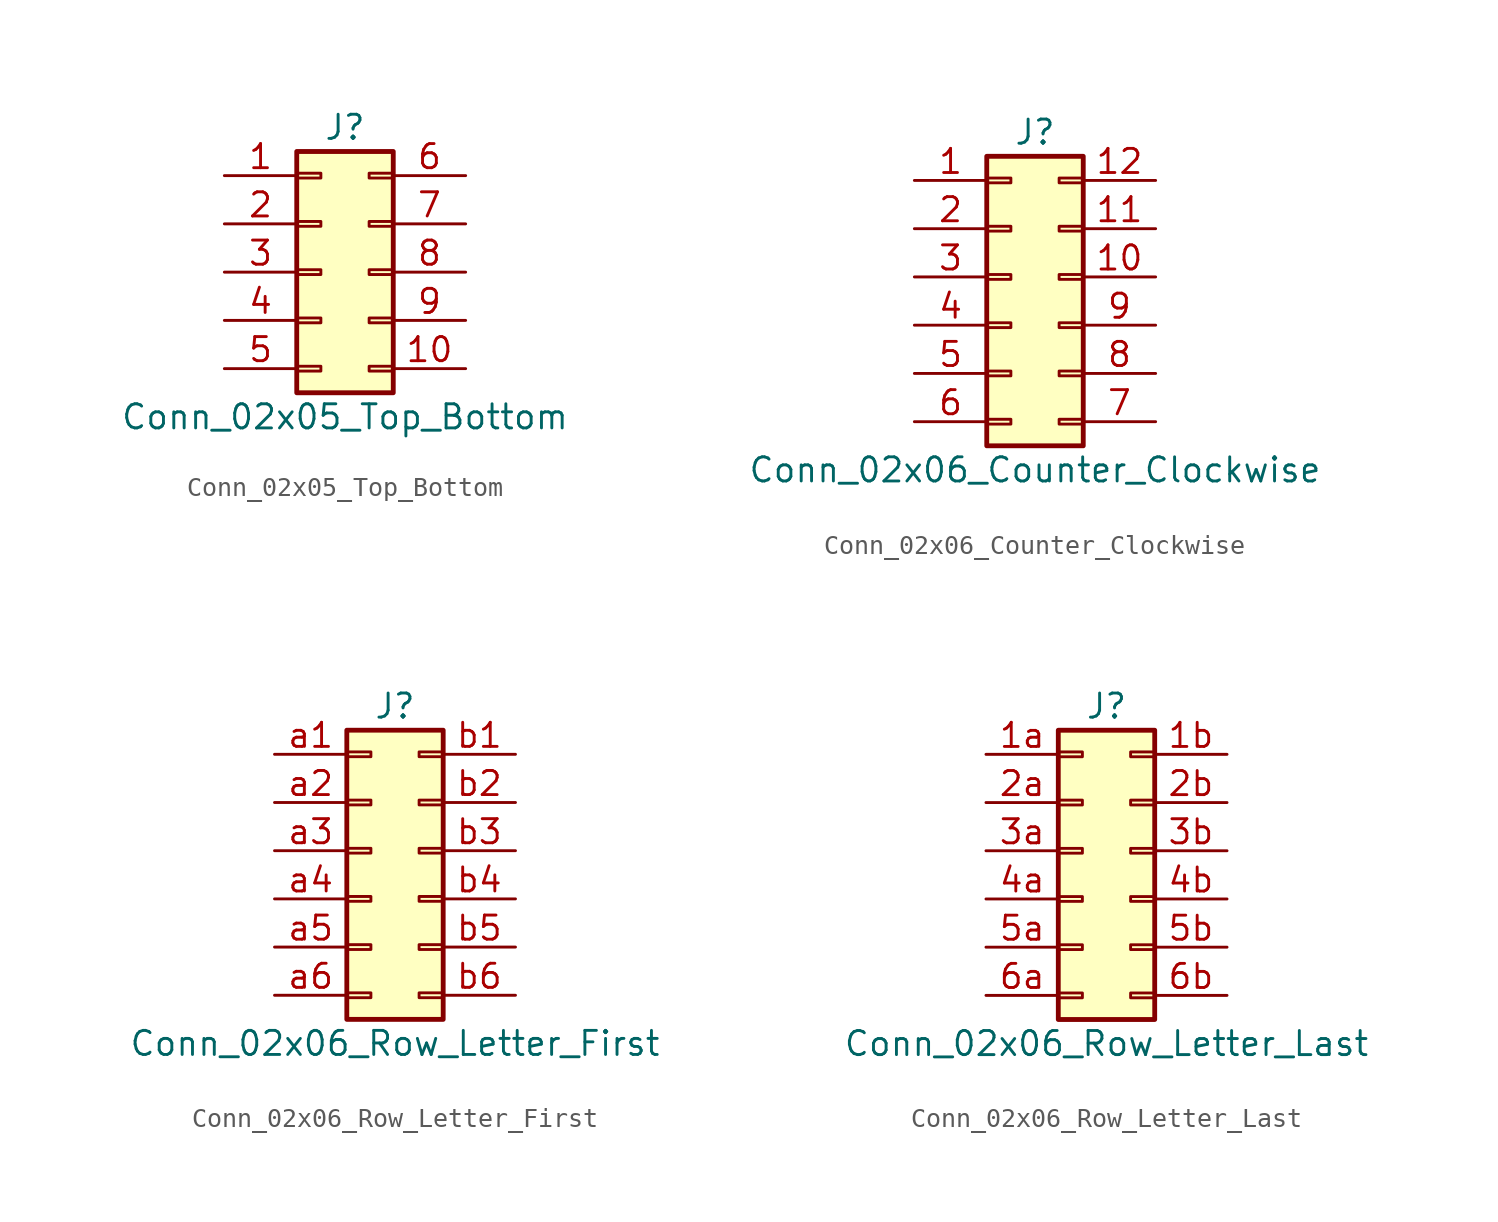
<source format=kicad_sym>
(kicad_symbol_lib
  (version 20220914)
  (generator kicad_symbol_editor)
  (symbol "Conn_02x05_Top_Bottom"
    (pin_names
      (offset 1.016) hide)
    (property "Reference" "J"
      (at 1.27 7.62 0)
      (effects (font (size 1.27 1.27))))
    (property "Value" "Conn_02x05_Top_Bottom"
      (at 1.27 -7.62 0)
      (effects (font (size 1.27 1.27))))
    (symbol "Conn_02x05_Top_Bottom_1_1"
      (rectangle (start -1.27 -4.953) (end 0 -5.207) (stroke (width 0.152) (type solid)) (fill (type none)))
      (rectangle (start -1.27 -2.413) (end 0 -2.667) (stroke (width 0.152) (type solid)) (fill (type none)))
      (rectangle (start -1.27 0.127) (end 0 -0.127) (stroke (width 0.152) (type solid)) (fill (type none)))
      (rectangle (start -1.27 2.667) (end 0 2.413) (stroke (width 0.152) (type solid)) (fill (type none)))
      (rectangle (start -1.27 5.207) (end 0 4.953) (stroke (width 0.152) (type solid)) (fill (type none)))
      (rectangle (start -1.27 6.35) (end 3.81 -6.35) (stroke (width 0.254) (type solid)) (fill (type background)))
      (rectangle (start 3.81 -4.953) (end 2.54 -5.207) (stroke (width 0.152) (type solid)) (fill (type none)))
      (rectangle (start 3.81 -2.413) (end 2.54 -2.667) (stroke (width 0.152) (type solid)) (fill (type none)))
      (rectangle (start 3.81 0.127) (end 2.54 -0.127) (stroke (width 0.152) (type solid)) (fill (type none)))
      (rectangle (start 3.81 2.667) (end 2.54 2.413) (stroke (width 0.152) (type solid)) (fill (type none)))
      (rectangle (start 3.81 5.207) (end 2.54 4.953) (stroke (width 0.152) (type solid)) (fill (type none)))
      (pin passive line (at -5.08 5.08 0) (length 3.81) (name "Pin_1" (effects (font (size 1.27 1.27)))) (number "1" (effects (font (size 1.27 1.27)))))
      (pin passive line (at 7.62 -5.08 180) (length 3.81) (name "Pin_10" (effects (font (size 1.27 1.27)))) (number "10" (effects (font (size 1.27 1.27)))))
      (pin passive line (at -5.08 2.54 0) (length 3.81) (name "Pin_2" (effects (font (size 1.27 1.27)))) (number "2" (effects (font (size 1.27 1.27)))))
      (pin passive line (at -5.08 0 0) (length 3.81) (name "Pin_3" (effects (font (size 1.27 1.27)))) (number "3" (effects (font (size 1.27 1.27)))))
      (pin passive line (at -5.08 -2.54 0) (length 3.81) (name "Pin_4" (effects (font (size 1.27 1.27)))) (number "4" (effects (font (size 1.27 1.27)))))
      (pin passive line (at -5.08 -5.08 0) (length 3.81) (name "Pin_5" (effects (font (size 1.27 1.27)))) (number "5" (effects (font (size 1.27 1.27)))))
      (pin passive line (at 7.62 5.08 180) (length 3.81) (name "Pin_6" (effects (font (size 1.27 1.27)))) (number "6" (effects (font (size 1.27 1.27)))))
      (pin passive line (at 7.62 2.54 180) (length 3.81) (name "Pin_7" (effects (font (size 1.27 1.27)))) (number "7" (effects (font (size 1.27 1.27)))))
      (pin passive line (at 7.62 0 180) (length 3.81) (name "Pin_8" (effects (font (size 1.27 1.27)))) (number "8" (effects (font (size 1.27 1.27)))))
      (pin passive line (at 7.62 -2.54 180) (length 3.81) (name "Pin_9" (effects (font (size 1.27 1.27)))) (number "9" (effects (font (size 1.27 1.27)))))))
  (symbol "Conn_02x06_Counter_Clockwise"
    (pin_names
      (offset 1.016) hide)
    (property "Reference" "J"
      (at 1.27 7.62 0)
      (effects (font (size 1.27 1.27))))
    (property "Value" "Conn_02x06_Counter_Clockwise"
      (at 1.27 -10.16 0)
      (effects (font (size 1.27 1.27))))
    (symbol "Conn_02x06_Counter_Clockwise_1_1"
      (rectangle (start -1.27 -7.493) (end 0 -7.747) (stroke (width 0.152) (type solid)) (fill (type none)))
      (rectangle (start -1.27 -4.953) (end 0 -5.207) (stroke (width 0.152) (type solid)) (fill (type none)))
      (rectangle (start -1.27 -2.413) (end 0 -2.667) (stroke (width 0.152) (type solid)) (fill (type none)))
      (rectangle (start -1.27 0.127) (end 0 -0.127) (stroke (width 0.152) (type solid)) (fill (type none)))
      (rectangle (start -1.27 2.667) (end 0 2.413) (stroke (width 0.152) (type solid)) (fill (type none)))
      (rectangle (start -1.27 5.207) (end 0 4.953) (stroke (width 0.152) (type solid)) (fill (type none)))
      (rectangle (start -1.27 6.35) (end 3.81 -8.89) (stroke (width 0.254) (type solid)) (fill (type background)))
      (rectangle (start 3.81 -7.493) (end 2.54 -7.747) (stroke (width 0.152) (type solid)) (fill (type none)))
      (rectangle (start 3.81 -4.953) (end 2.54 -5.207) (stroke (width 0.152) (type solid)) (fill (type none)))
      (rectangle (start 3.81 -2.413) (end 2.54 -2.667) (stroke (width 0.152) (type solid)) (fill (type none)))
      (rectangle (start 3.81 0.127) (end 2.54 -0.127) (stroke (width 0.152) (type solid)) (fill (type none)))
      (rectangle (start 3.81 2.667) (end 2.54 2.413) (stroke (width 0.152) (type solid)) (fill (type none)))
      (rectangle (start 3.81 5.207) (end 2.54 4.953) (stroke (width 0.152) (type solid)) (fill (type none)))
      (pin passive line (at -5.08 5.08 0) (length 3.81) (name "Pin_1" (effects (font (size 1.27 1.27)))) (number "1" (effects (font (size 1.27 1.27)))))
      (pin passive line (at 7.62 0 180) (length 3.81) (name "Pin_10" (effects (font (size 1.27 1.27)))) (number "10" (effects (font (size 1.27 1.27)))))
      (pin passive line (at 7.62 2.54 180) (length 3.81) (name "Pin_11" (effects (font (size 1.27 1.27)))) (number "11" (effects (font (size 1.27 1.27)))))
      (pin passive line (at 7.62 5.08 180) (length 3.81) (name "Pin_12" (effects (font (size 1.27 1.27)))) (number "12" (effects (font (size 1.27 1.27)))))
      (pin passive line (at -5.08 2.54 0) (length 3.81) (name "Pin_2" (effects (font (size 1.27 1.27)))) (number "2" (effects (font (size 1.27 1.27)))))
      (pin passive line (at -5.08 0 0) (length 3.81) (name "Pin_3" (effects (font (size 1.27 1.27)))) (number "3" (effects (font (size 1.27 1.27)))))
      (pin passive line (at -5.08 -2.54 0) (length 3.81) (name "Pin_4" (effects (font (size 1.27 1.27)))) (number "4" (effects (font (size 1.27 1.27)))))
      (pin passive line (at -5.08 -5.08 0) (length 3.81) (name "Pin_5" (effects (font (size 1.27 1.27)))) (number "5" (effects (font (size 1.27 1.27)))))
      (pin passive line (at -5.08 -7.62 0) (length 3.81) (name "Pin_6" (effects (font (size 1.27 1.27)))) (number "6" (effects (font (size 1.27 1.27)))))
      (pin passive line (at 7.62 -7.62 180) (length 3.81) (name "Pin_7" (effects (font (size 1.27 1.27)))) (number "7" (effects (font (size 1.27 1.27)))))
      (pin passive line (at 7.62 -5.08 180) (length 3.81) (name "Pin_8" (effects (font (size 1.27 1.27)))) (number "8" (effects (font (size 1.27 1.27)))))
      (pin passive line (at 7.62 -2.54 180) (length 3.81) (name "Pin_9" (effects (font (size 1.27 1.27)))) (number "9" (effects (font (size 1.27 1.27)))))))
  (symbol "Conn_02x06_Row_Letter_First"
    (pin_names
      (offset 1.016) hide)
    (property "Reference" "J"
      (at 1.27 7.62 0)
      (effects (font (size 1.27 1.27))))
    (property "Value" "Conn_02x06_Row_Letter_First"
      (at 1.27 -10.16 0)
      (effects (font (size 1.27 1.27))))
    (symbol "Conn_02x06_Row_Letter_First_1_1"
      (rectangle (start -1.27 -7.493) (end 0 -7.747) (stroke (width 0.152) (type solid)) (fill (type none)))
      (rectangle (start -1.27 -4.953) (end 0 -5.207) (stroke (width 0.152) (type solid)) (fill (type none)))
      (rectangle (start -1.27 -2.413) (end 0 -2.667) (stroke (width 0.152) (type solid)) (fill (type none)))
      (rectangle (start -1.27 0.127) (end 0 -0.127) (stroke (width 0.152) (type solid)) (fill (type none)))
      (rectangle (start -1.27 2.667) (end 0 2.413) (stroke (width 0.152) (type solid)) (fill (type none)))
      (rectangle (start -1.27 5.207) (end 0 4.953) (stroke (width 0.152) (type solid)) (fill (type none)))
      (rectangle (start -1.27 6.35) (end 3.81 -8.89) (stroke (width 0.254) (type solid)) (fill (type background)))
      (rectangle (start 3.81 -7.493) (end 2.54 -7.747) (stroke (width 0.152) (type solid)) (fill (type none)))
      (rectangle (start 3.81 -4.953) (end 2.54 -5.207) (stroke (width 0.152) (type solid)) (fill (type none)))
      (rectangle (start 3.81 -2.413) (end 2.54 -2.667) (stroke (width 0.152) (type solid)) (fill (type none)))
      (rectangle (start 3.81 0.127) (end 2.54 -0.127) (stroke (width 0.152) (type solid)) (fill (type none)))
      (rectangle (start 3.81 2.667) (end 2.54 2.413) (stroke (width 0.152) (type solid)) (fill (type none)))
      (rectangle (start 3.81 5.207) (end 2.54 4.953) (stroke (width 0.152) (type solid)) (fill (type none)))
      (pin passive line (at -5.08 5.08 0) (length 3.81) (name "Pin_a1" (effects (font (size 1.27 1.27)))) (number "a1" (effects (font (size 1.27 1.27)))))
      (pin passive line (at -5.08 2.54 0) (length 3.81) (name "Pin_a2" (effects (font (size 1.27 1.27)))) (number "a2" (effects (font (size 1.27 1.27)))))
      (pin passive line (at -5.08 0 0) (length 3.81) (name "Pin_a3" (effects (font (size 1.27 1.27)))) (number "a3" (effects (font (size 1.27 1.27)))))
      (pin passive line (at -5.08 -2.54 0) (length 3.81) (name "Pin_a4" (effects (font (size 1.27 1.27)))) (number "a4" (effects (font (size 1.27 1.27)))))
      (pin passive line (at -5.08 -5.08 0) (length 3.81) (name "Pin_a5" (effects (font (size 1.27 1.27)))) (number "a5" (effects (font (size 1.27 1.27)))))
      (pin passive line (at -5.08 -7.62 0) (length 3.81) (name "Pin_a6" (effects (font (size 1.27 1.27)))) (number "a6" (effects (font (size 1.27 1.27)))))
      (pin passive line (at 7.62 5.08 180) (length 3.81) (name "Pin_b1" (effects (font (size 1.27 1.27)))) (number "b1" (effects (font (size 1.27 1.27)))))
      (pin passive line (at 7.62 2.54 180) (length 3.81) (name "Pin_b2" (effects (font (size 1.27 1.27)))) (number "b2" (effects (font (size 1.27 1.27)))))
      (pin passive line (at 7.62 0 180) (length 3.81) (name "Pin_b3" (effects (font (size 1.27 1.27)))) (number "b3" (effects (font (size 1.27 1.27)))))
      (pin passive line (at 7.62 -2.54 180) (length 3.81) (name "Pin_b4" (effects (font (size 1.27 1.27)))) (number "b4" (effects (font (size 1.27 1.27)))))
      (pin passive line (at 7.62 -5.08 180) (length 3.81) (name "Pin_b5" (effects (font (size 1.27 1.27)))) (number "b5" (effects (font (size 1.27 1.27)))))
      (pin passive line (at 7.62 -7.62 180) (length 3.81) (name "Pin_b6" (effects (font (size 1.27 1.27)))) (number "b6" (effects (font (size 1.27 1.27)))))))
  (symbol "Conn_02x06_Row_Letter_Last"
    (pin_names
      (offset 1.016) hide)
    (property "Reference" "J"
      (at 1.27 7.62 0)
      (effects (font (size 1.27 1.27))))
    (property "Value" "Conn_02x06_Row_Letter_Last"
      (at 1.27 -10.16 0)
      (effects (font (size 1.27 1.27))))
    (symbol "Conn_02x06_Row_Letter_Last_1_1"
      (rectangle (start -1.27 -7.493) (end 0 -7.747) (stroke (width 0.152) (type solid)) (fill (type none)))
      (rectangle (start -1.27 -4.953) (end 0 -5.207) (stroke (width 0.152) (type solid)) (fill (type none)))
      (rectangle (start -1.27 -2.413) (end 0 -2.667) (stroke (width 0.152) (type solid)) (fill (type none)))
      (rectangle (start -1.27 0.127) (end 0 -0.127) (stroke (width 0.152) (type solid)) (fill (type none)))
      (rectangle (start -1.27 2.667) (end 0 2.413) (stroke (width 0.152) (type solid)) (fill (type none)))
      (rectangle (start -1.27 5.207) (end 0 4.953) (stroke (width 0.152) (type solid)) (fill (type none)))
      (rectangle (start -1.27 6.35) (end 3.81 -8.89) (stroke (width 0.254) (type solid)) (fill (type background)))
      (rectangle (start 3.81 -7.493) (end 2.54 -7.747) (stroke (width 0.152) (type solid)) (fill (type none)))
      (rectangle (start 3.81 -4.953) (end 2.54 -5.207) (stroke (width 0.152) (type solid)) (fill (type none)))
      (rectangle (start 3.81 -2.413) (end 2.54 -2.667) (stroke (width 0.152) (type solid)) (fill (type none)))
      (rectangle (start 3.81 0.127) (end 2.54 -0.127) (stroke (width 0.152) (type solid)) (fill (type none)))
      (rectangle (start 3.81 2.667) (end 2.54 2.413) (stroke (width 0.152) (type solid)) (fill (type none)))
      (rectangle (start 3.81 5.207) (end 2.54 4.953) (stroke (width 0.152) (type solid)) (fill (type none)))
      (pin passive line (at -5.08 5.08 0) (length 3.81) (name "Pin_1a" (effects (font (size 1.27 1.27)))) (number "1a" (effects (font (size 1.27 1.27)))))
      (pin passive line (at 7.62 5.08 180) (length 3.81) (name "Pin_1b" (effects (font (size 1.27 1.27)))) (number "1b" (effects (font (size 1.27 1.27)))))
      (pin passive line (at -5.08 2.54 0) (length 3.81) (name "Pin_2a" (effects (font (size 1.27 1.27)))) (number "2a" (effects (font (size 1.27 1.27)))))
      (pin passive line (at 7.62 2.54 180) (length 3.81) (name "Pin_2b" (effects (font (size 1.27 1.27)))) (number "2b" (effects (font (size 1.27 1.27)))))
      (pin passive line (at -5.08 0 0) (length 3.81) (name "Pin_3a" (effects (font (size 1.27 1.27)))) (number "3a" (effects (font (size 1.27 1.27)))))
      (pin passive line (at 7.62 0 180) (length 3.81) (name "Pin_3b" (effects (font (size 1.27 1.27)))) (number "3b" (effects (font (size 1.27 1.27)))))
      (pin passive line (at -5.08 -2.54 0) (length 3.81) (name "Pin_4a" (effects (font (size 1.27 1.27)))) (number "4a" (effects (font (size 1.27 1.27)))))
      (pin passive line (at 7.62 -2.54 180) (length 3.81) (name "Pin_4b" (effects (font (size 1.27 1.27)))) (number "4b" (effects (font (size 1.27 1.27)))))
      (pin passive line (at -5.08 -5.08 0) (length 3.81) (name "Pin_5a" (effects (font (size 1.27 1.27)))) (number "5a" (effects (font (size 1.27 1.27)))))
      (pin passive line (at 7.62 -5.08 180) (length 3.81) (name "Pin_5b" (effects (font (size 1.27 1.27)))) (number "5b" (effects (font (size 1.27 1.27)))))
      (pin passive line (at -5.08 -7.62 0) (length 3.81) (name "Pin_6a" (effects (font (size 1.27 1.27)))) (number "6a" (effects (font (size 1.27 1.27)))))
      (pin passive line (at 7.62 -7.62 180) (length 3.81) (name "Pin_6b" (effects (font (size 1.27 1.27)))) (number "6b" (effects (font (size 1.27 1.27))))))))
</source>
